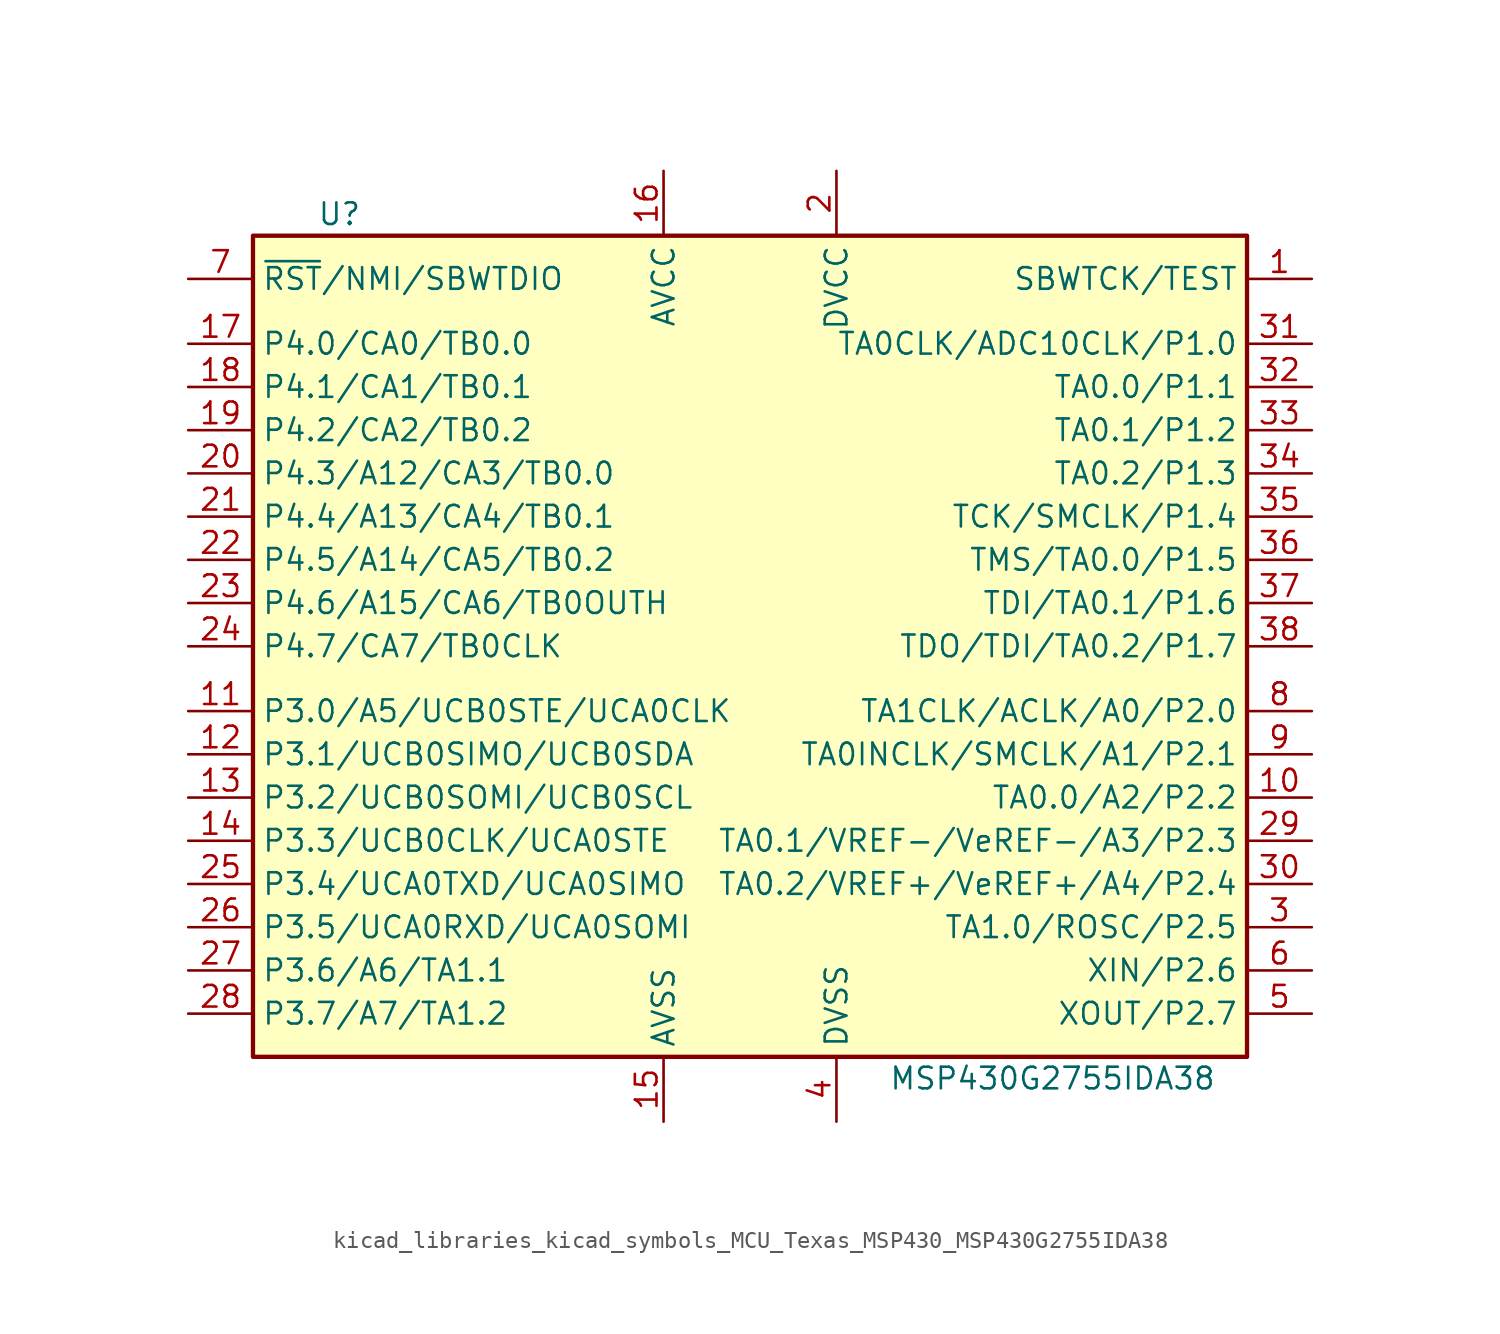
<source format=kicad_sym>
(kicad_symbol_lib
  (version 20220914)
  (generator kicad_symbol_editor)
  (symbol "kicad_libraries_kicad_symbols_MCU_Texas_MSP430_MSP430G2755IDA38"
    (property "Reference" "U"
      (at -24.13 25.4 0)
      (effects (font (size 1.27 1.27))))
    (property "Value" "MSP430G2755IDA38"
      (at 17.78 -25.4 0)
      (effects (font (size 1.27 1.27))))
    (symbol "kicad_libraries_kicad_symbols_MCU_Texas_MSP430_MSP430G2755IDA38_0_1"
      (rectangle (start -29.21 24.13) (end 29.21 -24.13) (stroke (width 0.254) (type default)) (fill (type background))))
    (symbol "kicad_libraries_kicad_symbols_MCU_Texas_MSP430_MSP430G2755IDA38_1_1"
      (pin input line (at 33.02 21.59 180) (length 3.81) (name "SBWTCK/TEST" (effects (font (size 1.27 1.27)))) (number "1" (effects (font (size 1.27 1.27)))))
      (pin bidirectional line (at 33.02 -8.89 180) (length 3.81) (name "TA0.0/A2/P2.2" (effects (font (size 1.27 1.27)))) (number "10" (effects (font (size 1.27 1.27)))))
      (pin bidirectional line (at -33.02 -3.81 0) (length 3.81) (name "P3.0/A5/UCB0STE/UCA0CLK" (effects (font (size 1.27 1.27)))) (number "11" (effects (font (size 1.27 1.27)))))
      (pin bidirectional line (at -33.02 -6.35 0) (length 3.81) (name "P3.1/UCB0SIMO/UCB0SDA" (effects (font (size 1.27 1.27)))) (number "12" (effects (font (size 1.27 1.27)))))
      (pin bidirectional line (at -33.02 -8.89 0) (length 3.81) (name "P3.2/UCB0SOMI/UCB0SCL" (effects (font (size 1.27 1.27)))) (number "13" (effects (font (size 1.27 1.27)))))
      (pin bidirectional line (at -33.02 -11.43 0) (length 3.81) (name "P3.3/UCB0CLK/UCA0STE" (effects (font (size 1.27 1.27)))) (number "14" (effects (font (size 1.27 1.27)))))
      (pin power_in line (at -5.08 -27.94 90) (length 3.81) (name "AVSS" (effects (font (size 1.27 1.27)))) (number "15" (effects (font (size 1.27 1.27)))))
      (pin power_in line (at -5.08 27.94 270) (length 3.81) (name "AVCC" (effects (font (size 1.27 1.27)))) (number "16" (effects (font (size 1.27 1.27)))))
      (pin bidirectional line (at -33.02 17.78 0) (length 3.81) (name "P4.0/CA0/TB0.0" (effects (font (size 1.27 1.27)))) (number "17" (effects (font (size 1.27 1.27)))))
      (pin bidirectional line (at -33.02 15.24 0) (length 3.81) (name "P4.1/CA1/TB0.1" (effects (font (size 1.27 1.27)))) (number "18" (effects (font (size 1.27 1.27)))))
      (pin bidirectional line (at -33.02 12.7 0) (length 3.81) (name "P4.2/CA2/TB0.2" (effects (font (size 1.27 1.27)))) (number "19" (effects (font (size 1.27 1.27)))))
      (pin power_in line (at 5.08 27.94 270) (length 3.81) (name "DVCC" (effects (font (size 1.27 1.27)))) (number "2" (effects (font (size 1.27 1.27)))))
      (pin bidirectional line (at -33.02 10.16 0) (length 3.81) (name "P4.3/A12/CA3/TB0.0" (effects (font (size 1.27 1.27)))) (number "20" (effects (font (size 1.27 1.27)))))
      (pin bidirectional line (at -33.02 7.62 0) (length 3.81) (name "P4.4/A13/CA4/TB0.1" (effects (font (size 1.27 1.27)))) (number "21" (effects (font (size 1.27 1.27)))))
      (pin bidirectional line (at -33.02 5.08 0) (length 3.81) (name "P4.5/A14/CA5/TB0.2" (effects (font (size 1.27 1.27)))) (number "22" (effects (font (size 1.27 1.27)))))
      (pin bidirectional line (at -33.02 2.54 0) (length 3.81) (name "P4.6/A15/CA6/TB0OUTH" (effects (font (size 1.27 1.27)))) (number "23" (effects (font (size 1.27 1.27)))))
      (pin bidirectional line (at -33.02 0 0) (length 3.81) (name "P4.7/CA7/TB0CLK" (effects (font (size 1.27 1.27)))) (number "24" (effects (font (size 1.27 1.27)))))
      (pin bidirectional line (at -33.02 -13.97 0) (length 3.81) (name "P3.4/UCA0TXD/UCA0SIMO" (effects (font (size 1.27 1.27)))) (number "25" (effects (font (size 1.27 1.27)))))
      (pin bidirectional line (at -33.02 -16.51 0) (length 3.81) (name "P3.5/UCA0RXD/UCA0SOMI" (effects (font (size 1.27 1.27)))) (number "26" (effects (font (size 1.27 1.27)))))
      (pin bidirectional line (at -33.02 -19.05 0) (length 3.81) (name "P3.6/A6/TA1.1" (effects (font (size 1.27 1.27)))) (number "27" (effects (font (size 1.27 1.27)))))
      (pin bidirectional line (at -33.02 -21.59 0) (length 3.81) (name "P3.7/A7/TA1.2" (effects (font (size 1.27 1.27)))) (number "28" (effects (font (size 1.27 1.27)))))
      (pin bidirectional line (at 33.02 -11.43 180) (length 3.81) (name "TA0.1/VREF-/VeREF-/A3/P2.3" (effects (font (size 1.27 1.27)))) (number "29" (effects (font (size 1.27 1.27)))))
      (pin bidirectional line (at 33.02 -16.51 180) (length 3.81) (name "TA1.0/ROSC/P2.5" (effects (font (size 1.27 1.27)))) (number "3" (effects (font (size 1.27 1.27)))))
      (pin bidirectional line (at 33.02 -13.97 180) (length 3.81) (name "TA0.2/VREF+/VeREF+/A4/P2.4" (effects (font (size 1.27 1.27)))) (number "30" (effects (font (size 1.27 1.27)))))
      (pin bidirectional line (at 33.02 17.78 180) (length 3.81) (name "TA0CLK/ADC10CLK/P1.0" (effects (font (size 1.27 1.27)))) (number "31" (effects (font (size 1.27 1.27)))))
      (pin bidirectional line (at 33.02 15.24 180) (length 3.81) (name "TA0.0/P1.1" (effects (font (size 1.27 1.27)))) (number "32" (effects (font (size 1.27 1.27)))))
      (pin bidirectional line (at 33.02 12.7 180) (length 3.81) (name "TA0.1/P1.2" (effects (font (size 1.27 1.27)))) (number "33" (effects (font (size 1.27 1.27)))))
      (pin bidirectional line (at 33.02 10.16 180) (length 3.81) (name "TA0.2/P1.3" (effects (font (size 1.27 1.27)))) (number "34" (effects (font (size 1.27 1.27)))))
      (pin bidirectional line (at 33.02 7.62 180) (length 3.81) (name "TCK/SMCLK/P1.4" (effects (font (size 1.27 1.27)))) (number "35" (effects (font (size 1.27 1.27)))))
      (pin bidirectional line (at 33.02 5.08 180) (length 3.81) (name "TMS/TA0.0/P1.5" (effects (font (size 1.27 1.27)))) (number "36" (effects (font (size 1.27 1.27)))))
      (pin bidirectional line (at 33.02 2.54 180) (length 3.81) (name "TDI/TA0.1/P1.6" (effects (font (size 1.27 1.27)))) (number "37" (effects (font (size 1.27 1.27)))))
      (pin bidirectional line (at 33.02 0 180) (length 3.81) (name "TDO/TDI/TA0.2/P1.7" (effects (font (size 1.27 1.27)))) (number "38" (effects (font (size 1.27 1.27)))))
      (pin power_in line (at 5.08 -27.94 90) (length 3.81) (name "DVSS" (effects (font (size 1.27 1.27)))) (number "4" (effects (font (size 1.27 1.27)))))
      (pin bidirectional line (at 33.02 -21.59 180) (length 3.81) (name "XOUT/P2.7" (effects (font (size 1.27 1.27)))) (number "5" (effects (font (size 1.27 1.27)))))
      (pin bidirectional line (at 33.02 -19.05 180) (length 3.81) (name "XIN/P2.6" (effects (font (size 1.27 1.27)))) (number "6" (effects (font (size 1.27 1.27)))))
      (pin input line (at -33.02 21.59 0) (length 3.81) (name "~{RST}/NMI/SBWTDIO" (effects (font (size 1.27 1.27)))) (number "7" (effects (font (size 1.27 1.27)))))
      (pin bidirectional line (at 33.02 -3.81 180) (length 3.81) (name "TA1CLK/ACLK/A0/P2.0" (effects (font (size 1.27 1.27)))) (number "8" (effects (font (size 1.27 1.27)))))
      (pin bidirectional line (at 33.02 -6.35 180) (length 3.81) (name "TA0INCLK/SMCLK/A1/P2.1" (effects (font (size 1.27 1.27)))) (number "9" (effects (font (size 1.27 1.27))))))))
</source>
